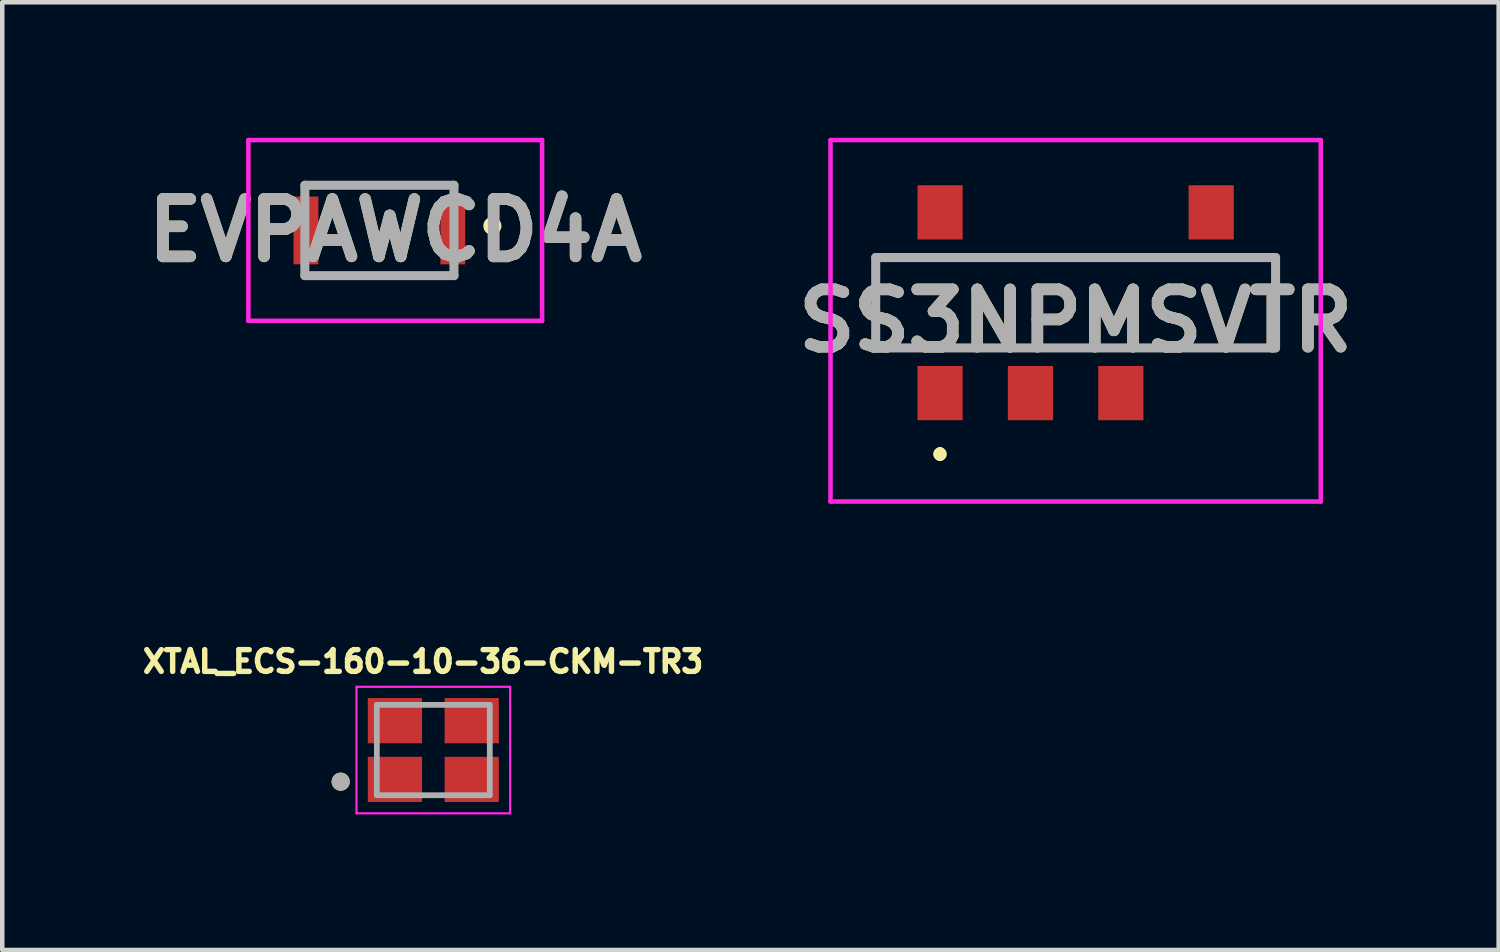
<source format=kicad_pcb>
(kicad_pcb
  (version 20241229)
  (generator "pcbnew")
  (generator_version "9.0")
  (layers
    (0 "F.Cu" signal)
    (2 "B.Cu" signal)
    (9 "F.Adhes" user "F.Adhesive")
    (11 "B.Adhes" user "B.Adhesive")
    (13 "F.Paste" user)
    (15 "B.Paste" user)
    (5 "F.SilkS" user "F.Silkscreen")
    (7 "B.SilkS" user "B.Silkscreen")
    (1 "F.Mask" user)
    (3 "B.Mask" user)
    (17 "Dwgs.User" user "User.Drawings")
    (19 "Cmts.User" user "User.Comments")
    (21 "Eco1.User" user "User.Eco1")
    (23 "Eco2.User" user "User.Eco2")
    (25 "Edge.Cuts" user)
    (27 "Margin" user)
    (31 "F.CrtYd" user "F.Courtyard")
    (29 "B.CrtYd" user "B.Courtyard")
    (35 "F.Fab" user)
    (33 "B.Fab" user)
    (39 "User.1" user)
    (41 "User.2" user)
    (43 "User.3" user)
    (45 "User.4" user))
  (footprint "EVPAWCD4A"
    (layer "F.Cu")
    (at 5.822 2.05)
    (property "Reference" "EVPAWCD4A" (at -0.125 0 0) (layer "F.SilkS") (effects (font (size 1.27 1.27) (thickness 0.254))))
    (attr smd)
    (fp_line (start -2.1 -1) (end 1.15 -1) (stroke (width 0.1) (type solid)) (layer "F.SilkS"))
    (fp_line (start -2.1 1) (end 1.15 1) (stroke (width 0.1) (type solid)) (layer "F.SilkS"))
    (fp_line (start 2.025 -0.2) (end 2.025 -0.2) (stroke (width 0.2) (type solid)) (layer "F.SilkS"))
    (fp_line (start 2.025 0) (end 2.025 0) (stroke (width 0.2) (type solid)) (layer "F.SilkS"))
    (fp_arc (start 2.025 -0.2) (mid 2.125 -0.1) (end 2.025 0) (stroke (width 0.2) (type solid)) (layer "F.SilkS"))
    (fp_arc (start 2.025 0) (mid 1.925 -0.1) (end 2.025 -0.2) (stroke (width 0.2) (type solid)) (layer "F.SilkS"))
    (fp_line (start -3.375 -2) (end 3.125 -2) (stroke (width 0.1) (type solid)) (layer "F.CrtYd"))
    (fp_line (start -3.375 2) (end -3.375 -2) (stroke (width 0.1) (type solid)) (layer "F.CrtYd"))
    (fp_line (start 3.125 -2) (end 3.125 2) (stroke (width 0.1) (type solid)) (layer "F.CrtYd"))
    (fp_line (start 3.125 2) (end -3.375 2) (stroke (width 0.1) (type solid)) (layer "F.CrtYd"))
    (fp_line (start -2.125 -1) (end -2.125 1) (stroke (width 0.2) (type solid)) (layer "F.Fab"))
    (fp_line (start -2.125 1) (end 1.175 1) (stroke (width 0.2) (type solid)) (layer "F.Fab"))
    (fp_line (start 1.175 -1) (end -2.125 -1) (stroke (width 0.2) (type solid)) (layer "F.Fab"))
    (fp_line (start 1.175 1) (end 1.175 -1) (stroke (width 0.2) (type solid)) (layer "F.Fab"))
    (fp_text user "${REFERENCE}" (at -0.125 0 0) (layer "F.Fab") (effects (font (size 1.27 1.27) (thickness 0.254))))
    (pad "1" smd rect (at 1.15 0) (size 0.55 1.5) (layers "F.Cu" "F.Mask" "F.Paste"))
    (pad "2" smd rect (at -2.1 0) (size 0.55 1.5) (layers "F.Cu" "F.Mask" "F.Paste")))
  (footprint "SS3NPMSVTR"
    (layer "F.Cu")
    (at 20.756 3.65)
    (property "Reference" "SS3NPMSVTR" (at 0 0.4 0) (layer "F.SilkS") (effects (font (size 1.27 1.27) (thickness 0.254))))
    (attr smd)
    (fp_line (start -4.425 -1) (end 4.425 -1) (stroke (width 0.1) (type solid)) (layer "F.SilkS"))
    (fp_line (start -4.425 1) (end -4.425 -1) (stroke (width 0.1) (type solid)) (layer "F.SilkS"))
    (fp_line (start -3 3.3) (end -3 3.3) (stroke (width 0.2) (type solid)) (layer "F.SilkS"))
    (fp_line (start -3 3.3) (end -3 3.3) (stroke (width 0.2) (type solid)) (layer "F.SilkS"))
    (fp_line (start -3 3.4) (end -3 3.4) (stroke (width 0.2) (type solid)) (layer "F.SilkS"))
    (fp_line (start 4.425 -1) (end 4.425 1) (stroke (width 0.1) (type solid)) (layer "F.SilkS"))
    (fp_line (start 4.425 1) (end -4.425 1) (stroke (width 0.1) (type solid)) (layer "F.SilkS"))
    (fp_arc (start -3 3.3) (mid -2.95 3.35) (end -3 3.4) (stroke (width 0.2) (type solid)) (layer "F.SilkS"))
    (fp_arc (start -3 3.4) (mid -3.05 3.35) (end -3 3.3) (stroke (width 0.2) (type solid)) (layer "F.SilkS"))
    (fp_arc (start -3 3.4) (mid -3.05 3.35) (end -3 3.3) (stroke (width 0.2) (type solid)) (layer "F.SilkS"))
    (fp_line (start -5.425 -3.6) (end 5.425 -3.6) (stroke (width 0.1) (type solid)) (layer "F.CrtYd"))
    (fp_line (start -5.425 4.4) (end -5.425 -3.6) (stroke (width 0.1) (type solid)) (layer "F.CrtYd"))
    (fp_line (start 5.425 -3.6) (end 5.425 4.4) (stroke (width 0.1) (type solid)) (layer "F.CrtYd"))
    (fp_line (start 5.425 4.4) (end -5.425 4.4) (stroke (width 0.1) (type solid)) (layer "F.CrtYd"))
    (fp_line (start -4.425 -1) (end -4.425 1) (stroke (width 0.2) (type solid)) (layer "F.Fab"))
    (fp_line (start -4.425 1) (end 4.425 1) (stroke (width 0.2) (type solid)) (layer "F.Fab"))
    (fp_line (start 4.425 -1) (end -4.425 -1) (stroke (width 0.2) (type solid)) (layer "F.Fab"))
    (fp_line (start 4.425 1) (end 4.425 -1) (stroke (width 0.2) (type solid)) (layer "F.Fab"))
    (fp_text user "${REFERENCE}" (at 0 0.4 0) (layer "F.Fab") (effects (font (size 1.27 1.27) (thickness 0.254))))
    (pad "1" smd rect (at -1 2) (size 1 1.2) (layers "F.Cu" "F.Mask" "F.Paste"))
    (pad "2" smd rect (at 1 2) (size 1 1.2) (layers "F.Cu" "F.Mask" "F.Paste"))
    (pad "2" smd rect (at 3 -2) (size 1 1.2) (layers "F.Cu" "F.Mask" "F.Paste"))
    (pad "3" smd rect (at -3 -2) (size 1 1.2) (layers "F.Cu" "F.Mask" "F.Paste"))
    (pad "3" smd rect (at -3 2) (size 1 1.2) (layers "F.Cu" "F.Mask" "F.Paste")))
  (footprint "XTAL_ECS-160-10-36-CKM-TR3"
    (layer "F.Cu")
    (at 6.54 13.55)
    (property "Reference" "XTAL_ECS-160-10-36-CKM-TR3" (at -0.226 -1.958 0) (layer "F.SilkS") (effects (font (size 0.481 0.481) (thickness 0.15))))
    (attr smd)
    (fp_circle (center -2.05 0.7) (end -1.95 0.7) (stroke (width 0.2) (type solid)) (fill no) (layer "F.SilkS"))
    (fp_line (start -1.7 -1.4) (end -1.7 1.4) (stroke (width 0.05) (type solid)) (layer "F.CrtYd"))
    (fp_line (start -1.7 1.4) (end 1.7 1.4) (stroke (width 0.05) (type solid)) (layer "F.CrtYd"))
    (fp_line (start 1.7 -1.4) (end -1.7 -1.4) (stroke (width 0.05) (type solid)) (layer "F.CrtYd"))
    (fp_line (start 1.7 1.4) (end 1.7 -1.4) (stroke (width 0.05) (type solid)) (layer "F.CrtYd"))
    (fp_line (start -1.25 -1) (end -1.25 1) (stroke (width 0.127) (type solid)) (layer "F.Fab"))
    (fp_line (start -1.25 1) (end 1.25 1) (stroke (width 0.127) (type solid)) (layer "F.Fab"))
    (fp_line (start 1.25 -1) (end -1.25 -1) (stroke (width 0.127) (type solid)) (layer "F.Fab"))
    (fp_line (start 1.25 1) (end 1.25 -1) (stroke (width 0.127) (type solid)) (layer "F.Fab"))
    (fp_circle (center -2.05 0.7) (end -1.95 0.7) (stroke (width 0.2) (type solid)) (fill no) (layer "F.Fab"))
    (pad "1" smd rect (at -0.85 0.65 90) (size 1 1.2) (layers "F.Cu" "F.Mask" "F.Paste"))
    (pad "2" smd rect (at 0.85 0.65 90) (size 1 1.2) (layers "F.Cu" "F.Mask" "F.Paste"))
    (pad "3" smd rect (at 0.85 -0.65 90) (size 1 1.2) (layers "F.Cu" "F.Mask" "F.Paste"))
    (pad "4" smd rect (at -0.85 -0.65 90) (size 1 1.2) (layers "F.Cu" "F.Mask" "F.Paste")))
  (gr_rect
    (start -3 -3)
    (end 30.118 17.975)
    (stroke (width 0.1) (type default))
    (fill no)
    (layer "Edge.Cuts")))
</source>
